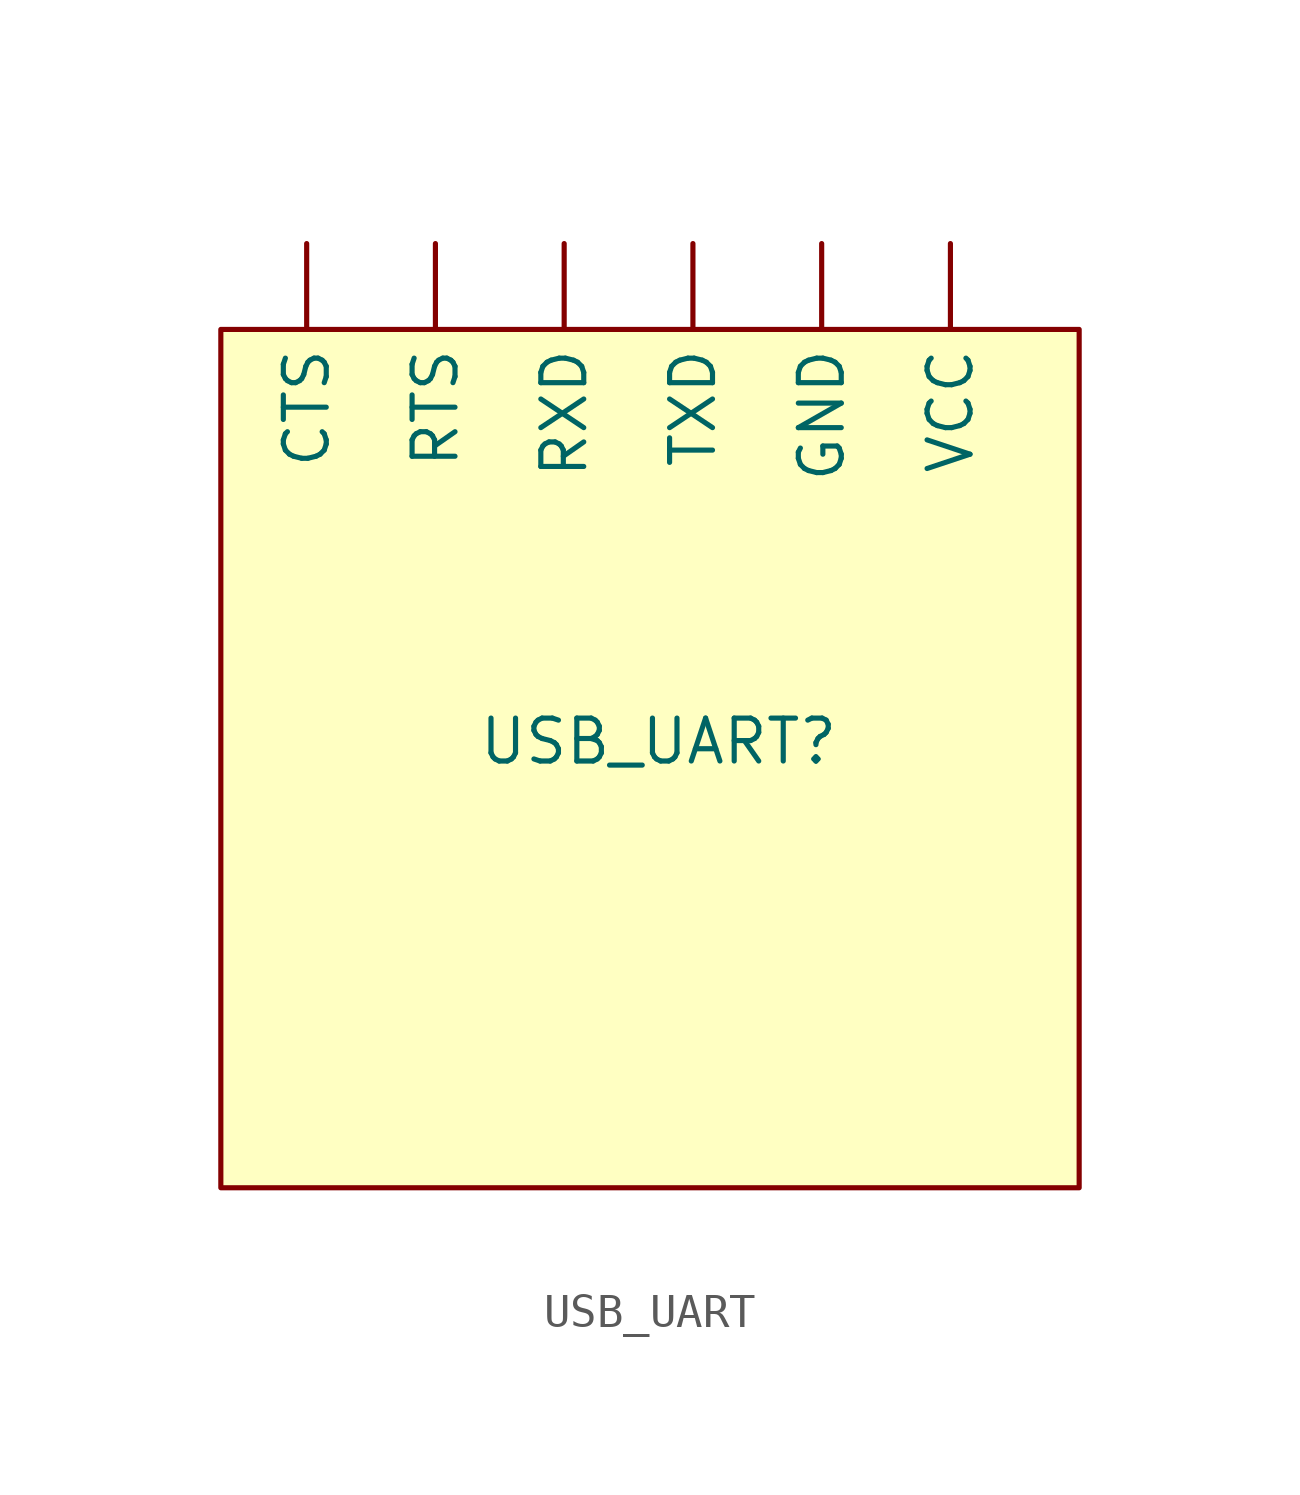
<source format=kicad_sym>
(kicad_symbol_lib
  (version 20231120)
  (generator "kicad_symbol_editor")
  (generator_version "8.0")
  (symbol "USB_UART"
    (property "Reference" "USB_UART"
      (at 0.254 0.508 0)
      (effects (font (size 1.27 1.27))))
    (property "Value" ""
      (at 0 0 0)
      (effects (font (size 1.27 1.27))))
    (symbol "USB_UART_0_1"
      (rectangle (start -12.7 12.7) (end 12.7 -12.7) (stroke (width 0) (type default)) (fill (type background))))
    (symbol "USB_UART_1_0"
      (pin input line (at -2.54 15.24 270) (length 2.54) (name "RXD" (effects (font (size 1.27 1.27)))) (number "" (effects (font (size 1.27 1.27))))))
    (symbol "USB_UART_1_1"
      (pin output line (at -10.16 15.24 270) (length 2.54) (name "CTS" (effects (font (size 1.27 1.27)))) (number "" (effects (font (size 1.27 1.27)))))
      (pin output line (at 5.08 15.24 270) (length 2.54) (name "GND" (effects (font (size 1.27 1.27)))) (number "" (effects (font (size 1.27 1.27)))))
      (pin output line (at -6.35 15.24 270) (length 2.54) (name "RTS" (effects (font (size 1.27 1.27)))) (number "" (effects (font (size 1.27 1.27)))))
      (pin output line (at 1.27 15.24 270) (length 2.54) (name "TXD" (effects (font (size 1.27 1.27)))) (number "" (effects (font (size 1.27 1.27)))))
      (pin output line (at 8.89 15.24 270) (length 2.54) (name "VCC" (effects (font (size 1.27 1.27)))) (number "" (effects (font (size 1.27 1.27))))))))
</source>
